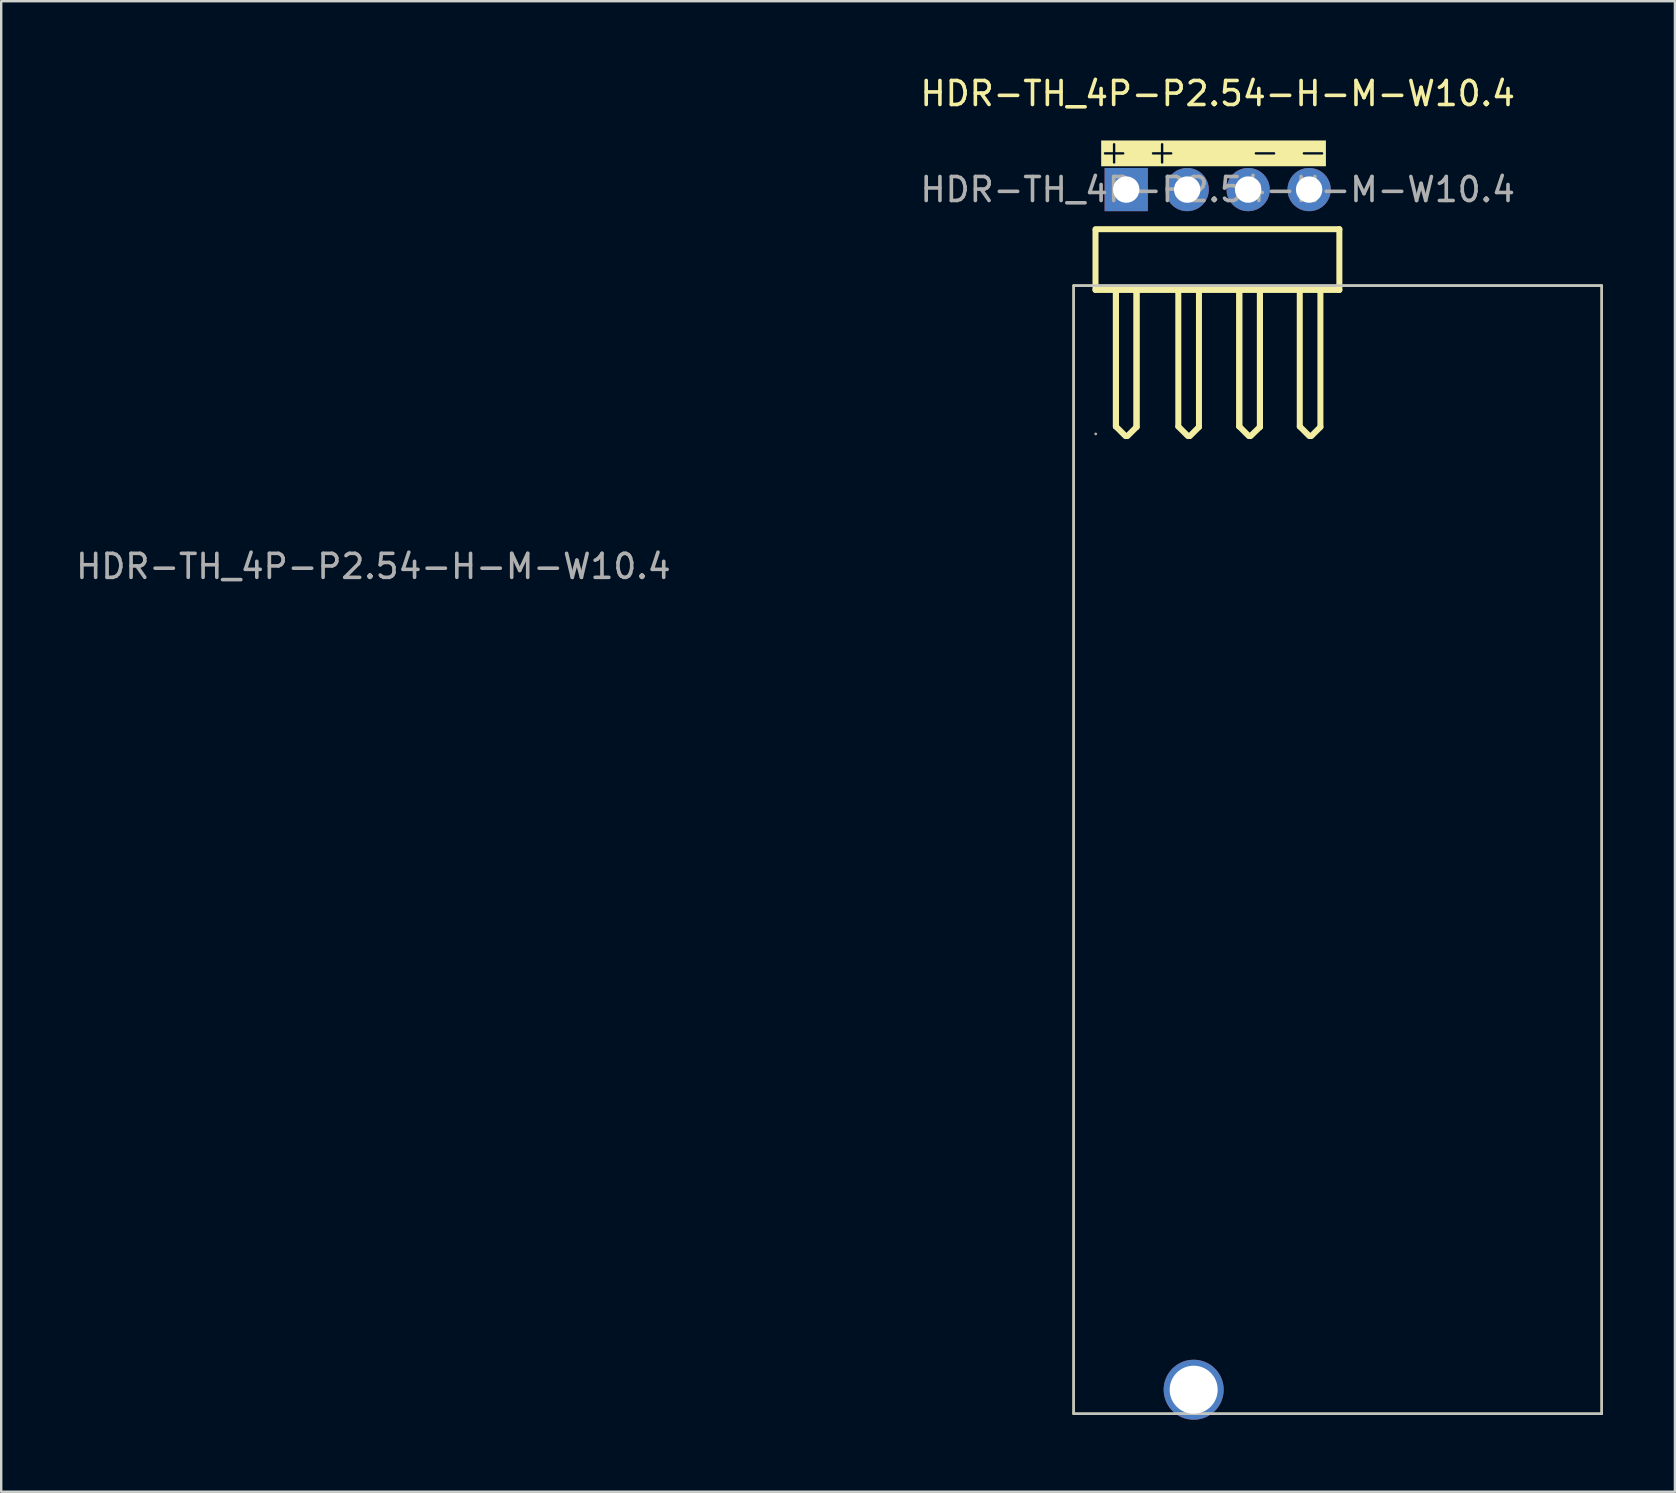
<source format=kicad_pcb>
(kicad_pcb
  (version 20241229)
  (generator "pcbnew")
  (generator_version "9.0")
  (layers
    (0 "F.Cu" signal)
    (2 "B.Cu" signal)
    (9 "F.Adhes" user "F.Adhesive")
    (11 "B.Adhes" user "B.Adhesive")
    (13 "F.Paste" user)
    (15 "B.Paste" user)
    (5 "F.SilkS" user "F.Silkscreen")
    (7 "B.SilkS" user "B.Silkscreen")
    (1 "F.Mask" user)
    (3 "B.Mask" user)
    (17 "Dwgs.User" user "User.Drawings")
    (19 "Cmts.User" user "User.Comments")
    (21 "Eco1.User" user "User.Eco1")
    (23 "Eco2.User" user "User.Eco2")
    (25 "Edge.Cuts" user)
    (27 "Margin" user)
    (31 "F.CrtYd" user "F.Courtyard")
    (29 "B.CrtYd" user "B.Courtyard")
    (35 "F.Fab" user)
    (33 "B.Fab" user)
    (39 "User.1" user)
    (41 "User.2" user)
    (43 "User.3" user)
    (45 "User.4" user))
  (footprint "HDR-TH_4P-P2.54-H-M-W10.4"
    (layer "F.Cu")
    (at 47.68 4.848)
    (property "Reference" "HDR-TH_4P-P2.54-H-M-W10.4" (at 0 -4 0) (layer "F.SilkS") (effects (font (size 1 1) (thickness 0.15))))
    (attr through_hole)
    (fp_line (start -6 4) (end -6 51) (stroke (width 0.1) (type default)) (layer "F.SilkS"))
    (fp_line (start -6 51) (end 16 51) (stroke (width 0.1) (type default)) (layer "F.SilkS"))
    (fp_line (start -5.09 4.18) (end -5.09 1.7) (stroke (width 0.25) (type solid)) (layer "F.SilkS"))
    (fp_line (start -4.24 4.27) (end -4.24 9.87) (stroke (width 0.25) (type solid)) (layer "F.SilkS"))
    (fp_line (start -4.24 4.27) (end -4.24 9.87) (stroke (width 0.25) (type solid)) (layer "F.SilkS"))
    (fp_line (start -4.24 9.87) (end -3.84 10.27) (stroke (width 0.25) (type solid)) (layer "F.SilkS"))
    (fp_line (start -3.38 4.27) (end -3.38 9.89) (stroke (width 0.25) (type solid)) (layer "F.SilkS"))
    (fp_line (start -3.38 4.27) (end -3.38 9.89) (stroke (width 0.25) (type solid)) (layer "F.SilkS"))
    (fp_line (start -3.38 9.89) (end -3.76 10.27) (stroke (width 0.25) (type solid)) (layer "F.SilkS"))
    (fp_line (start -1.64 4.27) (end -1.64 9.87) (stroke (width 0.25) (type solid)) (layer "F.SilkS"))
    (fp_line (start -1.64 9.87) (end -1.24 10.27) (stroke (width 0.25) (type solid)) (layer "F.SilkS"))
    (fp_line (start -0.78 4.27) (end -0.78 9.89) (stroke (width 0.25) (type solid)) (layer "F.SilkS"))
    (fp_line (start -0.78 9.89) (end -1.16 10.27) (stroke (width 0.25) (type solid)) (layer "F.SilkS"))
    (fp_line (start 0.9 4.27) (end 0.9 9.87) (stroke (width 0.25) (type solid)) (layer "F.SilkS"))
    (fp_line (start 0.9 4.27) (end 0.9 9.87) (stroke (width 0.25) (type solid)) (layer "F.SilkS"))
    (fp_line (start 0.9 9.87) (end 1.3 10.27) (stroke (width 0.25) (type solid)) (layer "F.SilkS"))
    (fp_line (start 1.76 4.27) (end 1.76 9.89) (stroke (width 0.25) (type solid)) (layer "F.SilkS"))
    (fp_line (start 1.76 4.27) (end 1.76 9.89) (stroke (width 0.25) (type solid)) (layer "F.SilkS"))
    (fp_line (start 1.76 9.89) (end 1.37 10.27) (stroke (width 0.25) (type solid)) (layer "F.SilkS"))
    (fp_line (start 3.42 4.27) (end 3.42 9.87) (stroke (width 0.25) (type solid)) (layer "F.SilkS"))
    (fp_line (start 3.42 9.87) (end 3.82 10.27) (stroke (width 0.25) (type solid)) (layer "F.SilkS"))
    (fp_line (start 4.28 4.27) (end 4.28 9.89) (stroke (width 0.25) (type solid)) (layer "F.SilkS"))
    (fp_line (start 4.28 9.89) (end 3.9 10.27) (stroke (width 0.25) (type solid)) (layer "F.SilkS"))
    (fp_line (start 5.07 1.65) (end -5.09 1.65) (stroke (width 0.25) (type solid)) (layer "F.SilkS"))
    (fp_line (start 5.07 1.65) (end 5.07 4.18) (stroke (width 0.25) (type solid)) (layer "F.SilkS"))
    (fp_line (start 5.07 4.18) (end -5.09 4.18) (stroke (width 0.25) (type solid)) (layer "F.SilkS"))
    (fp_line (start 16 4) (end -6 4) (stroke (width 0.1) (type default)) (layer "F.SilkS"))
    (fp_line (start 16 51) (end 16 4) (stroke (width 0.1) (type default)) (layer "F.SilkS"))
    (fp_rect (start -6 4) (end 16 51) (stroke (width 0.1) (type default)) (fill no) (layer "Dwgs.User"))
    (fp_circle (center -5.08 10.18) (end -5.05 10.18) (stroke (width 0.06) (type solid)) (fill no) (layer "F.Fab"))
    (fp_text user "+ +    - -" (at -5 -1 0) (unlocked yes) (layer "F.SilkS" knockout) (effects (font (size 1 1) (thickness 0.1)) (justify left bottom)))
    (fp_text user "${REFERENCE}" (at -35.174 15.7 0) (unlocked yes) (layer "F.Fab") (effects (font (size 1 1) (thickness 0.15))))
    (fp_text user "${REFERENCE}" (at 0 0 0) (layer "F.Fab") (effects (font (size 1 1) (thickness 0.15))))
    (pad "1" thru_hole rect (at -3.81 0) (size 1.8 1.8) (drill 1.1) (layers "*.Cu" "*.Mask"))
    (pad "2" thru_hole circle (at -1.27 0) (size 1.8 1.8) (drill 1.1) (layers "*.Cu" "*.Mask"))
    (pad "3" thru_hole circle (at 1.27 0) (size 1.8 1.8) (drill 1.1) (layers "*.Cu" "*.Mask"))
    (pad "4" thru_hole circle (at 3.81 0) (size 1.8 1.8) (drill 1.1) (layers "*.Cu" "*.Mask"))
    (pad "7" thru_hole circle (at -1 50 90) (size 2.5 2.5) (drill 2) (layers "*.Cu" "*.Mask")))
  (gr_rect
    (start -3 -3)
    (end 66.73 59.098)
    (stroke (width 0.1) (type default))
    (fill no)
    (layer "Edge.Cuts")))
</source>
